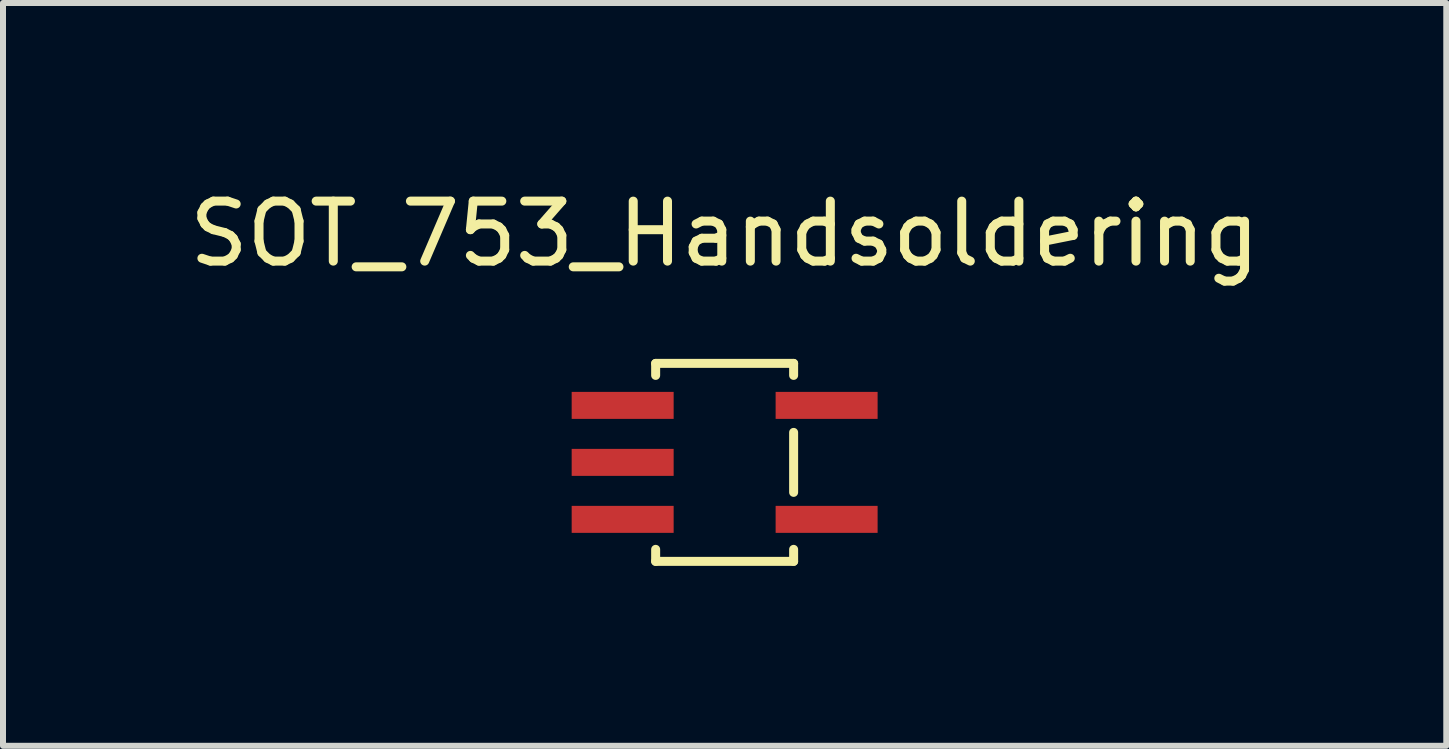
<source format=kicad_pcb>
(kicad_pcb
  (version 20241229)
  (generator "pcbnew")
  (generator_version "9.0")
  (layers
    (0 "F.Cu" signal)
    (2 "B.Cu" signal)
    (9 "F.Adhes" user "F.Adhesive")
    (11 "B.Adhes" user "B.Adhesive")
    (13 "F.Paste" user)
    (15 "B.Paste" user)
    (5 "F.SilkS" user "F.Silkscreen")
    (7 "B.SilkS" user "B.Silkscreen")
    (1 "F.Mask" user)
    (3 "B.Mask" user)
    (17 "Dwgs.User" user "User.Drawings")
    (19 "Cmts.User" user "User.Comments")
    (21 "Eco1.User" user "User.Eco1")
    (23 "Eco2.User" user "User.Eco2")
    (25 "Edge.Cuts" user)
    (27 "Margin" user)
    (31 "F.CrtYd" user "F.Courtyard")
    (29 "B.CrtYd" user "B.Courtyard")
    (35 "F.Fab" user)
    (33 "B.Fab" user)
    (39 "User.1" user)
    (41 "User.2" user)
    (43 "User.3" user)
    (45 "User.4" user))
  (footprint "SOT_753_Handsoldering"
    (layer "F.Cu")
    (at 9.03 4.658)
    (property "Reference" "SOT_753_Handsoldering" (at 0 -3.81 0) (layer "F.SilkS") (effects (font (size 1 1) (thickness 0.15))))
    (attr through_hole)
    (fp_line (start -1.15 -1.65) (end -1.15 -1.45) (stroke (width 0.15) (type solid)) (layer "F.SilkS"))
    (fp_line (start -1.15 -1.65) (end 1.15 -1.65) (stroke (width 0.15) (type solid)) (layer "F.SilkS"))
    (fp_line (start -1.15 1.65) (end -1.15 1.45) (stroke (width 0.15) (type solid)) (layer "F.SilkS"))
    (fp_line (start 1.15 -1.65) (end 1.15 -1.45) (stroke (width 0.15) (type solid)) (layer "F.SilkS"))
    (fp_line (start 1.15 -0.5) (end 1.15 0.5) (stroke (width 0.15) (type solid)) (layer "F.SilkS"))
    (fp_line (start 1.15 1.45) (end 1.15 1.65) (stroke (width 0.15) (type solid)) (layer "F.SilkS"))
    (fp_line (start 1.15 1.65) (end -1.15 1.65) (stroke (width 0.15) (type solid)) (layer "F.SilkS"))
    (pad "1" smd rect (at -1.2 -0.95) (size 1.7 0.45) (drill (offset -0.5 0)) (layers "F.Cu" "F.Mask" "F.Paste"))
    (pad "2" smd rect (at -1.2 0) (size 1.7 0.45) (drill (offset -0.5 0)) (layers "F.Cu" "F.Mask" "F.Paste"))
    (pad "3" smd rect (at -1.2 0.95) (size 1.7 0.45) (drill (offset -0.5 0)) (layers "F.Cu" "F.Mask" "F.Paste"))
    (pad "4" smd rect (at 1.2 0.95) (size 1.7 0.45) (drill (offset 0.5 0)) (layers "F.Cu" "F.Mask" "F.Paste"))
    (pad "5" smd rect (at 1.2 -0.95) (size 1.7 0.45) (drill (offset 0.5 0)) (layers "F.Cu" "F.Mask" "F.Paste")))
  (gr_rect
    (start -3 -3)
    (end 21.06 9.383)
    (stroke (width 0.1) (type default))
    (fill no)
    (layer "Edge.Cuts")))
</source>
